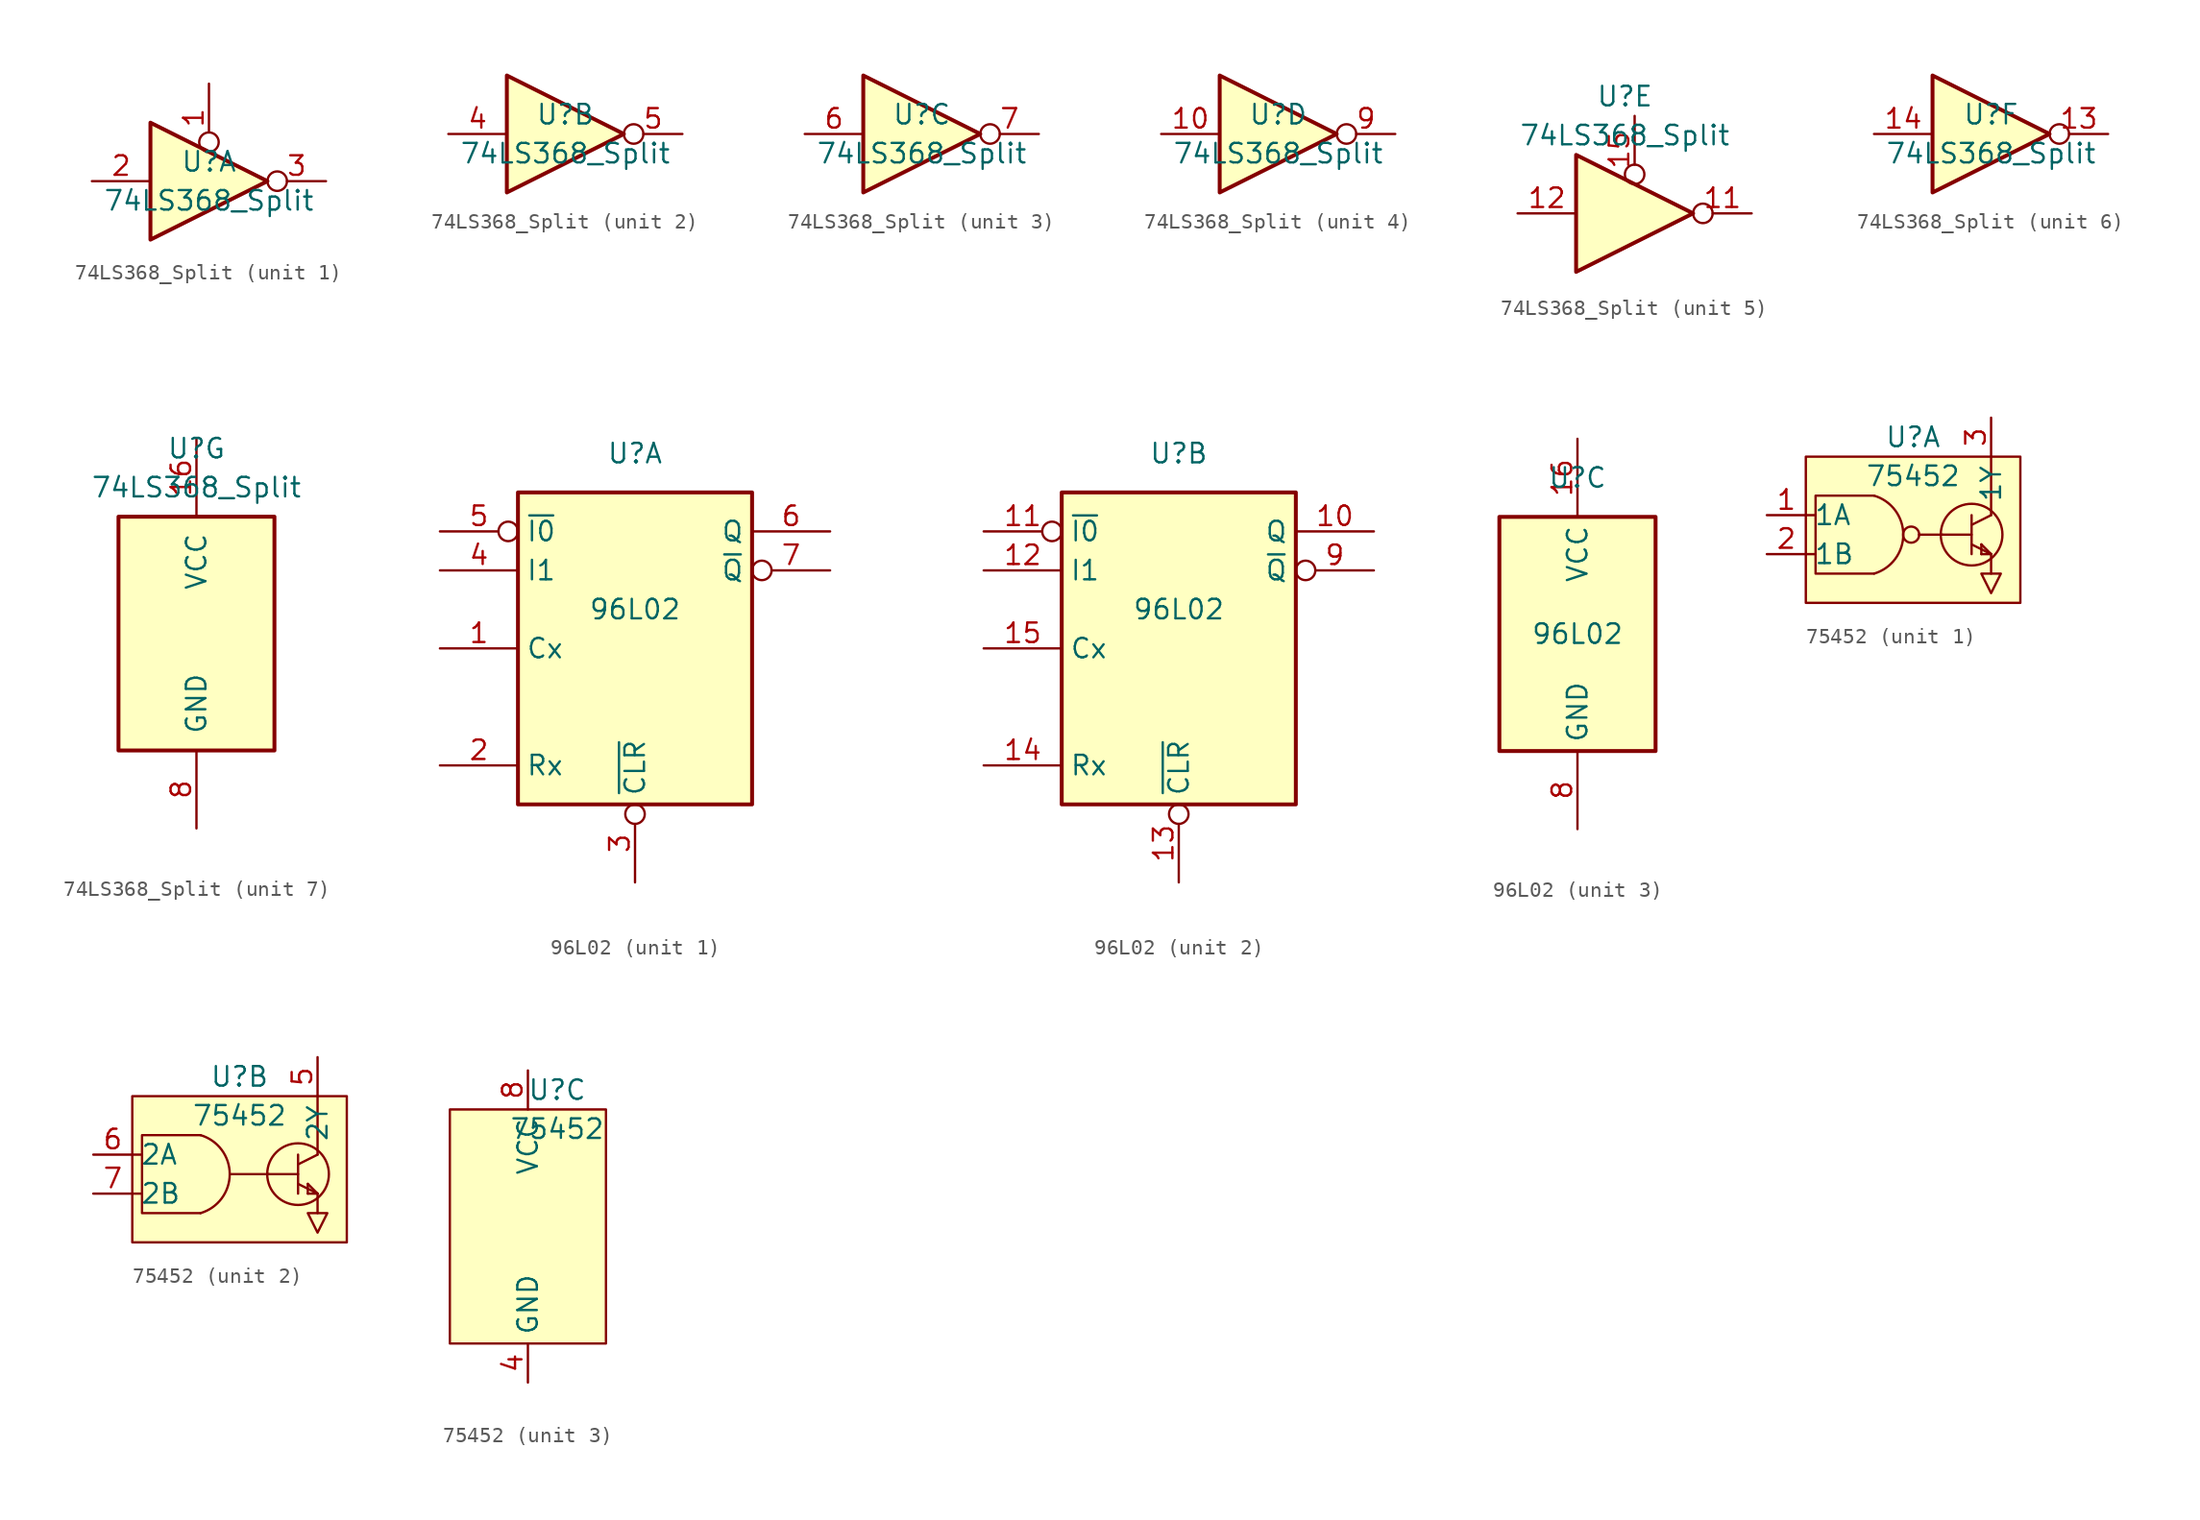
<source format=kicad_sym>
(kicad_symbol_lib
  (version 20241209)
  (generator "kicad_symbol_editor")
  (generator_version "9.0")
  (symbol "74LS368_Split"
    (pin_names
      (offset 1.016))
    (property "Reference" "U"
      (at 0 1.27 0)
      (effects (font (size 1.27 1.27))))
    (property "Value" "74LS368_Split"
      (at 0 -1.27 0)
      (effects (font (size 1.27 1.27))))
    (property "ki_locked" ""
      (at 0 0 0)
      (effects (font (size 1.27 1.27))))
    (symbol "74LS368_Split_1_0"
      (polyline (pts (xy -3.81 3.81) (xy -3.81 -3.81) (xy 3.81 0) (xy -3.81 3.81)) (stroke (width 0.254) (type default)) (fill (type background)))
      (pin input line (at -7.62 0 0) (length 3.81) (name "~" (effects (font (size 1.27 1.27)))) (number "2" (effects (font (size 1.27 1.27)))))
      (pin input inverted (at 0 6.35 270) (length 4.445) (name "~" (effects (font (size 1.27 1.27)))) (number "1" (effects (font (size 1.27 1.27)))))
      (pin tri_state inverted (at 7.62 0 180) (length 3.81) (name "~" (effects (font (size 1.27 1.27)))) (number "3" (effects (font (size 1.27 1.27))))))
    (symbol "74LS368_Split_2_0"
      (polyline (pts (xy -3.81 3.81) (xy -3.81 -3.81) (xy 3.81 0) (xy -3.81 3.81)) (stroke (width 0.254) (type default)) (fill (type background)))
      (pin input line (at -7.62 0 0) (length 3.81) (name "~" (effects (font (size 1.27 1.27)))) (number "4" (effects (font (size 1.27 1.27)))))
      (pin tri_state inverted (at 7.62 0 180) (length 3.81) (name "~" (effects (font (size 1.27 1.27)))) (number "5" (effects (font (size 1.27 1.27))))))
    (symbol "74LS368_Split_3_0"
      (polyline (pts (xy -3.81 3.81) (xy -3.81 -3.81) (xy 3.81 0) (xy -3.81 3.81)) (stroke (width 0.254) (type default)) (fill (type background)))
      (pin input line (at -7.62 0 0) (length 3.81) (name "~" (effects (font (size 1.27 1.27)))) (number "6" (effects (font (size 1.27 1.27)))))
      (pin tri_state inverted (at 7.62 0 180) (length 3.81) (name "~" (effects (font (size 1.27 1.27)))) (number "7" (effects (font (size 1.27 1.27))))))
    (symbol "74LS368_Split_4_0"
      (polyline (pts (xy -3.81 3.81) (xy -3.81 -3.81) (xy 3.81 0) (xy -3.81 3.81)) (stroke (width 0.254) (type default)) (fill (type background)))
      (pin input line (at -7.62 0 0) (length 3.81) (name "~" (effects (font (size 1.27 1.27)))) (number "10" (effects (font (size 1.27 1.27)))))
      (pin tri_state inverted (at 7.62 0 180) (length 3.81) (name "~" (effects (font (size 1.27 1.27)))) (number "9" (effects (font (size 1.27 1.27))))))
    (symbol "74LS368_Split_5_0"
      (polyline (pts (xy -3.175 -2.54) (xy -3.175 -10.16) (xy 4.445 -6.35) (xy -3.175 -2.54)) (stroke (width 0.254) (type default)) (fill (type background)))
      (pin input line (at -6.985 -6.35 0) (length 3.81) (name "~" (effects (font (size 1.27 1.27)))) (number "12" (effects (font (size 1.27 1.27)))))
      (pin input inverted (at 0.635 0 270) (length 4.445) (name "~" (effects (font (size 1.27 1.27)))) (number "15" (effects (font (size 1.27 1.27)))))
      (pin tri_state inverted (at 8.255 -6.35 180) (length 3.81) (name "~" (effects (font (size 1.27 1.27)))) (number "11" (effects (font (size 1.27 1.27))))))
    (symbol "74LS368_Split_6_0"
      (polyline (pts (xy -3.81 3.81) (xy -3.81 -3.81) (xy 3.81 0) (xy -3.81 3.81)) (stroke (width 0.254) (type default)) (fill (type background)))
      (pin input line (at -7.62 0 0) (length 3.81) (name "~" (effects (font (size 1.27 1.27)))) (number "14" (effects (font (size 1.27 1.27)))))
      (pin tri_state inverted (at 7.62 0 180) (length 3.81) (name "~" (effects (font (size 1.27 1.27)))) (number "13" (effects (font (size 1.27 1.27))))))
    (symbol "74LS368_Split_7_0"
      (pin power_in line (at 0 1.905 270) (length 5.08) (name "VCC" (effects (font (size 1.27 1.27)))) (number "16" (effects (font (size 1.27 1.27)))))
      (pin power_in line (at 0 -23.495 90) (length 5.08) (name "GND" (effects (font (size 1.27 1.27)))) (number "8" (effects (font (size 1.27 1.27))))))
    (symbol "74LS368_Split_7_1"
      (rectangle (start -5.08 -3.175) (end 5.08 -18.415) (stroke (width 0.254) (type default)) (fill (type background)))))
  (symbol "96L02"
    (property "Reference" "U"
      (at 0 0 0)
      (effects (font (size 1.27 1.27))))
    (property "Value" "96L02"
      (at 0 -10.16 0)
      (effects (font (size 1.27 1.27))))
    (symbol "96L02_1_0"
      (pin input inverted (at -12.7 -5.08 0) (length 5.08) (name "~{I0}" (effects (font (size 1.27 1.27)))) (number "5" (effects (font (size 1.27 1.27)))))
      (pin input line (at -12.7 -7.62 0) (length 5.08) (name "I1" (effects (font (size 1.27 1.27)))) (number "4" (effects (font (size 1.27 1.27)))))
      (pin input line (at -12.7 -12.7 0) (length 5.08) (name "Cx" (effects (font (size 1.27 1.27)))) (number "1" (effects (font (size 1.27 1.27)))))
      (pin input line (at -12.7 -20.32 0) (length 5.08) (name "Rx" (effects (font (size 1.27 1.27)))) (number "2" (effects (font (size 1.27 1.27)))))
      (pin input inverted (at 0 -27.94 90) (length 5.08) (name "~{CLR}" (effects (font (size 1.27 1.27)))) (number "3" (effects (font (size 1.27 1.27)))))
      (pin output line (at 12.7 -5.08 180) (length 5.08) (name "Q" (effects (font (size 1.27 1.27)))) (number "6" (effects (font (size 1.27 1.27)))))
      (pin output inverted (at 12.7 -7.62 180) (length 5.08) (name "~{Q}" (effects (font (size 1.27 1.27)))) (number "7" (effects (font (size 1.27 1.27))))))
    (symbol "96L02_1_1"
      (rectangle (start -7.62 -2.54) (end 7.62 -22.86) (stroke (width 0.254) (type default)) (fill (type background))))
    (symbol "96L02_2_0"
      (pin input inverted (at -12.7 -5.08 0) (length 5.08) (name "~{I0}" (effects (font (size 1.27 1.27)))) (number "11" (effects (font (size 1.27 1.27)))))
      (pin input line (at -12.7 -7.62 0) (length 5.08) (name "I1" (effects (font (size 1.27 1.27)))) (number "12" (effects (font (size 1.27 1.27)))))
      (pin input line (at -12.7 -12.7 0) (length 5.08) (name "Cx" (effects (font (size 1.27 1.27)))) (number "15" (effects (font (size 1.27 1.27)))))
      (pin input line (at -12.7 -20.32 0) (length 5.08) (name "Rx" (effects (font (size 1.27 1.27)))) (number "14" (effects (font (size 1.27 1.27)))))
      (pin input inverted (at 0 -27.94 90) (length 5.08) (name "~{CLR}" (effects (font (size 1.27 1.27)))) (number "13" (effects (font (size 1.27 1.27)))))
      (pin output line (at 12.7 -5.08 180) (length 5.08) (name "Q" (effects (font (size 1.27 1.27)))) (number "10" (effects (font (size 1.27 1.27)))))
      (pin output inverted (at 12.7 -7.62 180) (length 5.08) (name "~{Q}" (effects (font (size 1.27 1.27)))) (number "9" (effects (font (size 1.27 1.27))))))
    (symbol "96L02_2_1"
      (rectangle (start -7.62 -2.54) (end 7.62 -22.86) (stroke (width 0.254) (type default)) (fill (type background))))
    (symbol "96L02_3_0"
      (pin power_in line (at 0 2.54 270) (length 5.08) (name "VCC" (effects (font (size 1.27 1.27)))) (number "16" (effects (font (size 1.27 1.27)))))
      (pin power_in line (at 0 -22.86 90) (length 5.08) (name "GND" (effects (font (size 1.27 1.27)))) (number "8" (effects (font (size 1.27 1.27))))))
    (symbol "96L02_3_1"
      (rectangle (start -5.08 -2.54) (end 5.08 -17.78) (stroke (width 0.254) (type default)) (fill (type background)))))
  (symbol "75452"
    (property "Reference" "U"
      (at 0 0 0)
      (effects (font (size 1.27 1.27))))
    (property "Value" "75452"
      (at 0 -2.54 0)
      (effects (font (size 1.27 1.27))))
    (property "ki_locked" ""
      (at 0 0 0)
      (effects (font (size 1.27 1.27))))
    (symbol "75452_1_1"
      (rectangle (start -6.985 -1.27) (end 6.985 -10.795) (stroke (width 0) (type default)) (fill (type background)))
      (polyline (pts (xy -6.35 -5.08) (xy -6.985 -5.08)) (stroke (width 0) (type default)) (fill (type none)))
      (polyline (pts (xy -6.35 -7.62) (xy -6.985 -7.62)) (stroke (width 0) (type default)) (fill (type none)))
      (arc (start -2.54 -3.81) (mid -0.6393 -6.35) (end -2.54 -8.89) (stroke (width 0) (type default)) (fill (type none)))
      (polyline (pts (xy -2.54 -8.89) (xy -6.35 -8.89) (xy -6.35 -3.81) (xy -2.54 -3.81)) (stroke (width 0) (type default)) (fill (type none)))
      (circle (center -0.127 -6.35) (radius 0.524) (stroke (width 0) (type default)) (fill (type none)))
      (polyline (pts (xy 0.381 -6.35) (xy 1.905 -6.35)) (stroke (width 0) (type default)) (fill (type none)))
      (polyline (pts (xy 3.81 -5.08) (xy 3.81 -7.62)) (stroke (width 0) (type default)) (fill (type none)))
      (polyline (pts (xy 3.81 -5.715) (xy 5.08 -5.08)) (stroke (width 0) (type default)) (fill (type none)))
      (polyline (pts (xy 3.81 -6.35) (xy 1.905 -6.35)) (stroke (width 0) (type default)) (fill (type none)))
      (circle (center 3.81 -6.35) (radius 2.008) (stroke (width 0) (type default)) (fill (type none)))
      (polyline (pts (xy 3.81 -6.985) (xy 5.08 -7.62)) (stroke (width 0) (type default)) (fill (type none)))
      (polyline (pts (xy 4.445 -6.985) (xy 4.445 -7.62)) (stroke (width 0) (type default)) (fill (type none)))
      (polyline (pts (xy 4.445 -8.89) (xy 5.715 -8.89) (xy 5.08 -10.16) (xy 4.445 -8.89)) (stroke (width 0) (type default)) (fill (type none)))
      (polyline (pts (xy 5.08 -5.08) (xy 5.08 -1.27)) (stroke (width 0) (type default)) (fill (type none)))
      (polyline (pts (xy 5.08 -7.62) (xy 4.445 -6.985)) (stroke (width 0) (type default)) (fill (type none)))
      (polyline (pts (xy 5.08 -7.62) (xy 4.445 -7.62)) (stroke (width 0) (type default)) (fill (type none)))
      (polyline (pts (xy 5.08 -7.62) (xy 5.08 -8.89)) (stroke (width 0) (type default)) (fill (type none)))
      (pin input line (at -9.525 -5.08 0) (length 2.54) (name "1A" (effects (font (size 1.27 1.27)))) (number "1" (effects (font (size 1.27 1.27)))))
      (pin input line (at -9.525 -7.62 0) (length 2.54) (name "1B" (effects (font (size 1.27 1.27)))) (number "2" (effects (font (size 1.27 1.27)))))
      (pin passive line (at 5.08 1.27 270) (length 2.54) (name "1Y" (effects (font (size 1.27 1.27)))) (number "3" (effects (font (size 1.27 1.27))))))
    (symbol "75452_2_1"
      (rectangle (start -6.985 -1.27) (end 6.985 -10.795) (stroke (width 0) (type default)) (fill (type background)))
      (polyline (pts (xy -6.35 -5.08) (xy -6.985 -5.08)) (stroke (width 0) (type default)) (fill (type none)))
      (polyline (pts (xy -6.35 -7.62) (xy -6.985 -7.62)) (stroke (width 0) (type default)) (fill (type none)))
      (arc (start -2.54 -3.81) (mid -0.6393 -6.35) (end -2.54 -8.89) (stroke (width 0) (type default)) (fill (type none)))
      (polyline (pts (xy -2.54 -8.89) (xy -6.35 -8.89) (xy -6.35 -3.81) (xy -2.54 -3.81)) (stroke (width 0) (type default)) (fill (type none)))
      (polyline (pts (xy -0.635 -6.35) (xy 1.905 -6.35)) (stroke (width 0) (type default)) (fill (type none)))
      (polyline (pts (xy 3.81 -5.08) (xy 3.81 -7.62)) (stroke (width 0) (type default)) (fill (type none)))
      (polyline (pts (xy 3.81 -5.715) (xy 5.08 -5.08)) (stroke (width 0) (type default)) (fill (type none)))
      (polyline (pts (xy 3.81 -6.35) (xy 1.905 -6.35)) (stroke (width 0) (type default)) (fill (type none)))
      (circle (center 3.81 -6.35) (radius 2.008) (stroke (width 0) (type default)) (fill (type none)))
      (polyline (pts (xy 3.81 -6.985) (xy 5.08 -7.62)) (stroke (width 0) (type default)) (fill (type none)))
      (polyline (pts (xy 4.445 -6.985) (xy 4.445 -7.62)) (stroke (width 0) (type default)) (fill (type none)))
      (polyline (pts (xy 4.445 -8.89) (xy 5.715 -8.89) (xy 5.08 -10.16) (xy 4.445 -8.89)) (stroke (width 0) (type default)) (fill (type none)))
      (polyline (pts (xy 5.08 -5.08) (xy 5.08 -1.27)) (stroke (width 0) (type default)) (fill (type none)))
      (polyline (pts (xy 5.08 -7.62) (xy 4.445 -6.985)) (stroke (width 0) (type default)) (fill (type none)))
      (polyline (pts (xy 5.08 -7.62) (xy 4.445 -7.62)) (stroke (width 0) (type default)) (fill (type none)))
      (polyline (pts (xy 5.08 -7.62) (xy 5.08 -8.89)) (stroke (width 0) (type default)) (fill (type none)))
      (pin input line (at -9.525 -5.08 0) (length 2.54) (name "2A" (effects (font (size 1.27 1.27)))) (number "6" (effects (font (size 1.27 1.27)))))
      (pin input line (at -9.525 -7.62 0) (length 2.54) (name "2B" (effects (font (size 1.27 1.27)))) (number "7" (effects (font (size 1.27 1.27)))))
      (pin passive line (at 5.08 1.27 270) (length 2.54) (name "2Y" (effects (font (size 1.27 1.27)))) (number "5" (effects (font (size 1.27 1.27))))))
    (symbol "75452_3_1"
      (rectangle (start -6.985 -1.27) (end 3.175 -16.51) (stroke (width 0) (type default)) (fill (type background)))
      (pin passive line (at -1.905 1.27 270) (length 2.54) (name "VCC" (effects (font (size 1.27 1.27)))) (number "8" (effects (font (size 1.27 1.27)))))
      (pin passive line (at -1.905 -19.05 90) (length 2.54) (name "GND" (effects (font (size 1.27 1.27)))) (number "4" (effects (font (size 1.27 1.27))))))))
</source>
